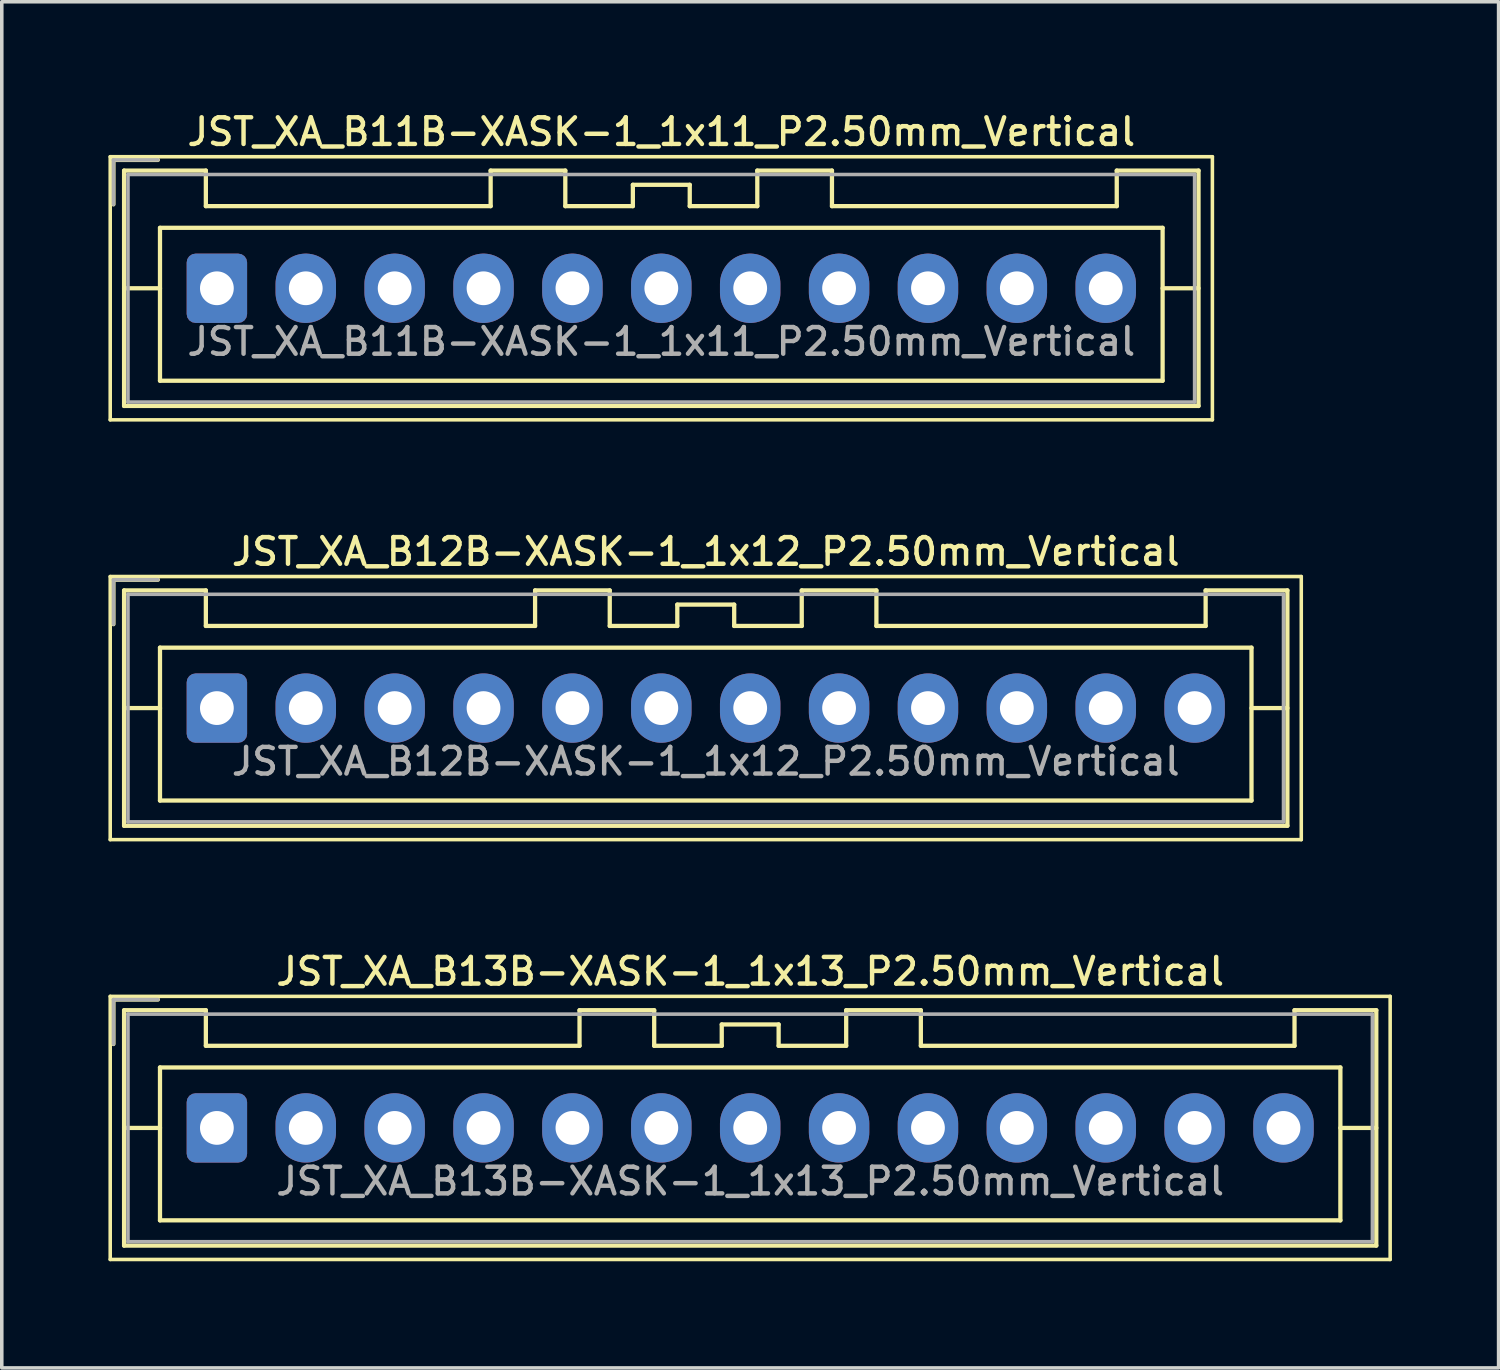
<source format=kicad_pcb>
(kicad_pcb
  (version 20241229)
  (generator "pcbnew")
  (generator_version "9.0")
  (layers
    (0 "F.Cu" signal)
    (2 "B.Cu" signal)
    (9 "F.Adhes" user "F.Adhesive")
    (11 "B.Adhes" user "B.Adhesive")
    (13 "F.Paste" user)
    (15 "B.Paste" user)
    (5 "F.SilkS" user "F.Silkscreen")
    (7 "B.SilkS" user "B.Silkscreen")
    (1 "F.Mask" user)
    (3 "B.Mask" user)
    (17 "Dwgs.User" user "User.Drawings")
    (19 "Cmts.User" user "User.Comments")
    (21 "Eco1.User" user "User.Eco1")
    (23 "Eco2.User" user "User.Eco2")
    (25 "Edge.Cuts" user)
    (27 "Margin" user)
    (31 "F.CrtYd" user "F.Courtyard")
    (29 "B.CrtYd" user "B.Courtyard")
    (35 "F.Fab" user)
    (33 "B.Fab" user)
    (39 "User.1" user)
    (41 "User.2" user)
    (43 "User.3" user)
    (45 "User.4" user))
  (footprint "JST_XA_B12B-XASK-1_1x12_P2.50mm_Vertical"
    (layer "F.Cu")
    (at 3.05 16.866)
    (property "Reference" "JST_XA_B12B-XASK-1_1x12_P2.50mm_Vertical" (at 13.75 -4.4 0) (layer "F.SilkS") (effects (font (size 0.75 0.75) (thickness 0.125))))
    (attr through_hole)
    (fp_line (start -3 -3.7) (end -3 3.7) (stroke (width 0.1) (type solid)) (layer "F.SilkS"))
    (fp_line (start -3 3.7) (end 30.5 3.7) (stroke (width 0.1) (type solid)) (layer "F.SilkS"))
    (fp_line (start -2.91 -3.61) (end -2.91 -2.36) (stroke (width 0.12) (type solid)) (layer "F.SilkS"))
    (fp_line (start -2.61 -3.31) (end -2.61 3.31) (stroke (width 0.12) (type solid)) (layer "F.SilkS"))
    (fp_line (start -2.61 0) (end -1.6 0) (stroke (width 0.12) (type solid)) (layer "F.SilkS"))
    (fp_line (start -2.61 3.31) (end 30.11 3.31) (stroke (width 0.12) (type solid)) (layer "F.SilkS"))
    (fp_line (start -1.66 -3.61) (end -2.91 -3.61) (stroke (width 0.12) (type solid)) (layer "F.SilkS"))
    (fp_line (start -1.6 -1.7) (end -1.6 2.6) (stroke (width 0.12) (type solid)) (layer "F.SilkS"))
    (fp_line (start -1.6 2.6) (end 29.1 2.6) (stroke (width 0.12) (type solid)) (layer "F.SilkS"))
    (fp_line (start -0.31 -3.31) (end -2.61 -3.31) (stroke (width 0.12) (type solid)) (layer "F.SilkS"))
    (fp_line (start -0.31 -2.31) (end -0.31 -3.31) (stroke (width 0.12) (type solid)) (layer "F.SilkS"))
    (fp_line (start 8.95 -3.31) (end 8.95 -2.31) (stroke (width 0.12) (type solid)) (layer "F.SilkS"))
    (fp_line (start 8.95 -2.31) (end -0.31 -2.31) (stroke (width 0.12) (type solid)) (layer "F.SilkS"))
    (fp_line (start 11.05 -3.31) (end 8.95 -3.31) (stroke (width 0.12) (type solid)) (layer "F.SilkS"))
    (fp_line (start 11.05 -2.31) (end 11.05 -3.31) (stroke (width 0.12) (type solid)) (layer "F.SilkS"))
    (fp_line (start 12.95 -2.91) (end 12.95 -2.31) (stroke (width 0.12) (type solid)) (layer "F.SilkS"))
    (fp_line (start 12.95 -2.31) (end 11.05 -2.31) (stroke (width 0.12) (type solid)) (layer "F.SilkS"))
    (fp_line (start 14.55 -2.91) (end 12.95 -2.91) (stroke (width 0.12) (type solid)) (layer "F.SilkS"))
    (fp_line (start 14.55 -2.31) (end 14.55 -2.91) (stroke (width 0.12) (type solid)) (layer "F.SilkS"))
    (fp_line (start 16.45 -3.31) (end 16.45 -2.31) (stroke (width 0.12) (type solid)) (layer "F.SilkS"))
    (fp_line (start 16.45 -2.31) (end 14.55 -2.31) (stroke (width 0.12) (type solid)) (layer "F.SilkS"))
    (fp_line (start 18.55 -3.31) (end 16.45 -3.31) (stroke (width 0.12) (type solid)) (layer "F.SilkS"))
    (fp_line (start 18.55 -2.31) (end 18.55 -3.31) (stroke (width 0.12) (type solid)) (layer "F.SilkS"))
    (fp_line (start 27.81 -3.31) (end 27.81 -2.31) (stroke (width 0.12) (type solid)) (layer "F.SilkS"))
    (fp_line (start 27.81 -2.31) (end 18.55 -2.31) (stroke (width 0.12) (type solid)) (layer "F.SilkS"))
    (fp_line (start 29.1 -1.7) (end -1.6 -1.7) (stroke (width 0.12) (type solid)) (layer "F.SilkS"))
    (fp_line (start 29.1 2.6) (end 29.1 -1.7) (stroke (width 0.12) (type solid)) (layer "F.SilkS"))
    (fp_line (start 30.11 -3.31) (end 27.81 -3.31) (stroke (width 0.12) (type solid)) (layer "F.SilkS"))
    (fp_line (start 30.11 0) (end 29.1 0) (stroke (width 0.12) (type solid)) (layer "F.SilkS"))
    (fp_line (start 30.11 3.31) (end 30.11 -3.31) (stroke (width 0.12) (type solid)) (layer "F.SilkS"))
    (fp_line (start 30.5 -3.7) (end -3 -3.7) (stroke (width 0.1) (type solid)) (layer "F.SilkS"))
    (fp_line (start 30.5 3.7) (end 30.5 -3.7) (stroke (width 0.1) (type solid)) (layer "F.SilkS"))
    (fp_line (start -2.91 -3.61) (end -2.91 -2.36) (stroke (width 0.1) (type solid)) (layer "F.Fab"))
    (fp_line (start -2.5 -3.2) (end -2.5 3.2) (stroke (width 0.1) (type solid)) (layer "F.Fab"))
    (fp_line (start -2.5 3.2) (end 30 3.2) (stroke (width 0.1) (type solid)) (layer "F.Fab"))
    (fp_line (start -1.66 -3.61) (end -2.91 -3.61) (stroke (width 0.1) (type solid)) (layer "F.Fab"))
    (fp_line (start 30 -3.2) (end -2.5 -3.2) (stroke (width 0.1) (type solid)) (layer "F.Fab"))
    (fp_line (start 30 3.2) (end 30 -3.2) (stroke (width 0.1) (type solid)) (layer "F.Fab"))
    (fp_text user "${REFERENCE}" (at 13.75 1.5 0) (layer "F.Fab") (effects (font (size 0.75 0.75) (thickness 0.125))))
    (pad "1" thru_hole roundrect (at 0 0) (size 1.7 1.95) (drill 0.95) (layers "*.Cu" "*.Mask") (roundrect_rratio 0.147))
    (pad "2" thru_hole oval (at 2.5 0) (size 1.7 1.95) (drill 0.95) (layers "*.Cu" "*.Mask"))
    (pad "3" thru_hole oval (at 5 0) (size 1.7 1.95) (drill 0.95) (layers "*.Cu" "*.Mask"))
    (pad "4" thru_hole oval (at 7.5 0) (size 1.7 1.95) (drill 0.95) (layers "*.Cu" "*.Mask"))
    (pad "5" thru_hole oval (at 10 0) (size 1.7 1.95) (drill 0.95) (layers "*.Cu" "*.Mask"))
    (pad "6" thru_hole oval (at 12.5 0) (size 1.7 1.95) (drill 0.95) (layers "*.Cu" "*.Mask"))
    (pad "7" thru_hole oval (at 15 0) (size 1.7 1.95) (drill 0.95) (layers "*.Cu" "*.Mask"))
    (pad "8" thru_hole oval (at 17.5 0) (size 1.7 1.95) (drill 0.95) (layers "*.Cu" "*.Mask"))
    (pad "9" thru_hole oval (at 20 0) (size 1.7 1.95) (drill 0.95) (layers "*.Cu" "*.Mask"))
    (pad "10" thru_hole oval (at 22.5 0) (size 1.7 1.95) (drill 0.95) (layers "*.Cu" "*.Mask"))
    (pad "11" thru_hole oval (at 25 0) (size 1.7 1.95) (drill 0.95) (layers "*.Cu" "*.Mask"))
    (pad "12" thru_hole oval (at 27.5 0) (size 1.7 1.95) (drill 0.95) (layers "*.Cu" "*.Mask")))
  (footprint "JST_XA_B11B-XASK-1_1x11_P2.50mm_Vertical"
    (layer "F.Cu")
    (at 3.05 5.058)
    (property "Reference" "JST_XA_B11B-XASK-1_1x11_P2.50mm_Vertical" (at 12.5 -4.4 0) (layer "F.SilkS") (effects (font (size 0.75 0.75) (thickness 0.125))))
    (attr through_hole)
    (fp_line (start -3 -3.7) (end -3 3.7) (stroke (width 0.1) (type solid)) (layer "F.SilkS"))
    (fp_line (start -3 3.7) (end 28 3.7) (stroke (width 0.1) (type solid)) (layer "F.SilkS"))
    (fp_line (start -2.91 -3.61) (end -2.91 -2.36) (stroke (width 0.12) (type solid)) (layer "F.SilkS"))
    (fp_line (start -2.61 -3.31) (end -2.61 3.31) (stroke (width 0.12) (type solid)) (layer "F.SilkS"))
    (fp_line (start -2.61 0) (end -1.6 0) (stroke (width 0.12) (type solid)) (layer "F.SilkS"))
    (fp_line (start -2.61 3.31) (end 27.61 3.31) (stroke (width 0.12) (type solid)) (layer "F.SilkS"))
    (fp_line (start -1.66 -3.61) (end -2.91 -3.61) (stroke (width 0.12) (type solid)) (layer "F.SilkS"))
    (fp_line (start -1.6 -1.7) (end -1.6 2.6) (stroke (width 0.12) (type solid)) (layer "F.SilkS"))
    (fp_line (start -1.6 2.6) (end 26.6 2.6) (stroke (width 0.12) (type solid)) (layer "F.SilkS"))
    (fp_line (start -0.31 -3.31) (end -2.61 -3.31) (stroke (width 0.12) (type solid)) (layer "F.SilkS"))
    (fp_line (start -0.31 -2.31) (end -0.31 -3.31) (stroke (width 0.12) (type solid)) (layer "F.SilkS"))
    (fp_line (start 7.7 -3.31) (end 7.7 -2.31) (stroke (width 0.12) (type solid)) (layer "F.SilkS"))
    (fp_line (start 7.7 -2.31) (end -0.31 -2.31) (stroke (width 0.12) (type solid)) (layer "F.SilkS"))
    (fp_line (start 9.8 -3.31) (end 7.7 -3.31) (stroke (width 0.12) (type solid)) (layer "F.SilkS"))
    (fp_line (start 9.8 -2.31) (end 9.8 -3.31) (stroke (width 0.12) (type solid)) (layer "F.SilkS"))
    (fp_line (start 11.7 -2.91) (end 11.7 -2.31) (stroke (width 0.12) (type solid)) (layer "F.SilkS"))
    (fp_line (start 11.7 -2.31) (end 9.8 -2.31) (stroke (width 0.12) (type solid)) (layer "F.SilkS"))
    (fp_line (start 13.3 -2.91) (end 11.7 -2.91) (stroke (width 0.12) (type solid)) (layer "F.SilkS"))
    (fp_line (start 13.3 -2.31) (end 13.3 -2.91) (stroke (width 0.12) (type solid)) (layer "F.SilkS"))
    (fp_line (start 15.2 -3.31) (end 15.2 -2.31) (stroke (width 0.12) (type solid)) (layer "F.SilkS"))
    (fp_line (start 15.2 -2.31) (end 13.3 -2.31) (stroke (width 0.12) (type solid)) (layer "F.SilkS"))
    (fp_line (start 17.3 -3.31) (end 15.2 -3.31) (stroke (width 0.12) (type solid)) (layer "F.SilkS"))
    (fp_line (start 17.3 -2.31) (end 17.3 -3.31) (stroke (width 0.12) (type solid)) (layer "F.SilkS"))
    (fp_line (start 25.31 -3.31) (end 25.31 -2.31) (stroke (width 0.12) (type solid)) (layer "F.SilkS"))
    (fp_line (start 25.31 -2.31) (end 17.3 -2.31) (stroke (width 0.12) (type solid)) (layer "F.SilkS"))
    (fp_line (start 26.6 -1.7) (end -1.6 -1.7) (stroke (width 0.12) (type solid)) (layer "F.SilkS"))
    (fp_line (start 26.6 2.6) (end 26.6 -1.7) (stroke (width 0.12) (type solid)) (layer "F.SilkS"))
    (fp_line (start 27.61 -3.31) (end 25.31 -3.31) (stroke (width 0.12) (type solid)) (layer "F.SilkS"))
    (fp_line (start 27.61 0) (end 26.6 0) (stroke (width 0.12) (type solid)) (layer "F.SilkS"))
    (fp_line (start 27.61 3.31) (end 27.61 -3.31) (stroke (width 0.12) (type solid)) (layer "F.SilkS"))
    (fp_line (start 28 -3.7) (end -3 -3.7) (stroke (width 0.1) (type solid)) (layer "F.SilkS"))
    (fp_line (start 28 3.7) (end 28 -3.7) (stroke (width 0.1) (type solid)) (layer "F.SilkS"))
    (fp_line (start -2.91 -3.61) (end -2.91 -2.36) (stroke (width 0.1) (type solid)) (layer "F.Fab"))
    (fp_line (start -2.5 -3.2) (end -2.5 3.2) (stroke (width 0.1) (type solid)) (layer "F.Fab"))
    (fp_line (start -2.5 3.2) (end 27.5 3.2) (stroke (width 0.1) (type solid)) (layer "F.Fab"))
    (fp_line (start -1.66 -3.61) (end -2.91 -3.61) (stroke (width 0.1) (type solid)) (layer "F.Fab"))
    (fp_line (start 27.5 -3.2) (end -2.5 -3.2) (stroke (width 0.1) (type solid)) (layer "F.Fab"))
    (fp_line (start 27.5 3.2) (end 27.5 -3.2) (stroke (width 0.1) (type solid)) (layer "F.Fab"))
    (fp_text user "${REFERENCE}" (at 12.5 1.5 0) (layer "F.Fab") (effects (font (size 0.75 0.75) (thickness 0.125))))
    (pad "1" thru_hole roundrect (at 0 0) (size 1.7 1.95) (drill 0.95) (layers "*.Cu" "*.Mask") (roundrect_rratio 0.147))
    (pad "2" thru_hole oval (at 2.5 0) (size 1.7 1.95) (drill 0.95) (layers "*.Cu" "*.Mask"))
    (pad "3" thru_hole oval (at 5 0) (size 1.7 1.95) (drill 0.95) (layers "*.Cu" "*.Mask"))
    (pad "4" thru_hole oval (at 7.5 0) (size 1.7 1.95) (drill 0.95) (layers "*.Cu" "*.Mask"))
    (pad "5" thru_hole oval (at 10 0) (size 1.7 1.95) (drill 0.95) (layers "*.Cu" "*.Mask"))
    (pad "6" thru_hole oval (at 12.5 0) (size 1.7 1.95) (drill 0.95) (layers "*.Cu" "*.Mask"))
    (pad "7" thru_hole oval (at 15 0) (size 1.7 1.95) (drill 0.95) (layers "*.Cu" "*.Mask"))
    (pad "8" thru_hole oval (at 17.5 0) (size 1.7 1.95) (drill 0.95) (layers "*.Cu" "*.Mask"))
    (pad "9" thru_hole oval (at 20 0) (size 1.7 1.95) (drill 0.95) (layers "*.Cu" "*.Mask"))
    (pad "10" thru_hole oval (at 22.5 0) (size 1.7 1.95) (drill 0.95) (layers "*.Cu" "*.Mask"))
    (pad "11" thru_hole oval (at 25 0) (size 1.7 1.95) (drill 0.95) (layers "*.Cu" "*.Mask")))
  (footprint "JST_XA_B13B-XASK-1_1x13_P2.50mm_Vertical"
    (layer "F.Cu")
    (at 3.05 28.674)
    (property "Reference" "JST_XA_B13B-XASK-1_1x13_P2.50mm_Vertical" (at 15 -4.4 0) (layer "F.SilkS") (effects (font (size 0.75 0.75) (thickness 0.125))))
    (attr through_hole)
    (fp_line (start -3 -3.7) (end -3 3.7) (stroke (width 0.1) (type solid)) (layer "F.SilkS"))
    (fp_line (start -3 3.7) (end 33 3.7) (stroke (width 0.1) (type solid)) (layer "F.SilkS"))
    (fp_line (start -2.91 -3.61) (end -2.91 -2.36) (stroke (width 0.12) (type solid)) (layer "F.SilkS"))
    (fp_line (start -2.61 -3.31) (end -2.61 3.31) (stroke (width 0.12) (type solid)) (layer "F.SilkS"))
    (fp_line (start -2.61 0) (end -1.6 0) (stroke (width 0.12) (type solid)) (layer "F.SilkS"))
    (fp_line (start -2.61 3.31) (end 32.61 3.31) (stroke (width 0.12) (type solid)) (layer "F.SilkS"))
    (fp_line (start -1.66 -3.61) (end -2.91 -3.61) (stroke (width 0.12) (type solid)) (layer "F.SilkS"))
    (fp_line (start -1.6 -1.7) (end -1.6 2.6) (stroke (width 0.12) (type solid)) (layer "F.SilkS"))
    (fp_line (start -1.6 2.6) (end 31.6 2.6) (stroke (width 0.12) (type solid)) (layer "F.SilkS"))
    (fp_line (start -0.31 -3.31) (end -2.61 -3.31) (stroke (width 0.12) (type solid)) (layer "F.SilkS"))
    (fp_line (start -0.31 -2.31) (end -0.31 -3.31) (stroke (width 0.12) (type solid)) (layer "F.SilkS"))
    (fp_line (start 10.2 -3.31) (end 10.2 -2.31) (stroke (width 0.12) (type solid)) (layer "F.SilkS"))
    (fp_line (start 10.2 -2.31) (end -0.31 -2.31) (stroke (width 0.12) (type solid)) (layer "F.SilkS"))
    (fp_line (start 12.3 -3.31) (end 10.2 -3.31) (stroke (width 0.12) (type solid)) (layer "F.SilkS"))
    (fp_line (start 12.3 -2.31) (end 12.3 -3.31) (stroke (width 0.12) (type solid)) (layer "F.SilkS"))
    (fp_line (start 14.2 -2.91) (end 14.2 -2.31) (stroke (width 0.12) (type solid)) (layer "F.SilkS"))
    (fp_line (start 14.2 -2.31) (end 12.3 -2.31) (stroke (width 0.12) (type solid)) (layer "F.SilkS"))
    (fp_line (start 15.8 -2.91) (end 14.2 -2.91) (stroke (width 0.12) (type solid)) (layer "F.SilkS"))
    (fp_line (start 15.8 -2.31) (end 15.8 -2.91) (stroke (width 0.12) (type solid)) (layer "F.SilkS"))
    (fp_line (start 17.7 -3.31) (end 17.7 -2.31) (stroke (width 0.12) (type solid)) (layer "F.SilkS"))
    (fp_line (start 17.7 -2.31) (end 15.8 -2.31) (stroke (width 0.12) (type solid)) (layer "F.SilkS"))
    (fp_line (start 19.8 -3.31) (end 17.7 -3.31) (stroke (width 0.12) (type solid)) (layer "F.SilkS"))
    (fp_line (start 19.8 -2.31) (end 19.8 -3.31) (stroke (width 0.12) (type solid)) (layer "F.SilkS"))
    (fp_line (start 30.31 -3.31) (end 30.31 -2.31) (stroke (width 0.12) (type solid)) (layer "F.SilkS"))
    (fp_line (start 30.31 -2.31) (end 19.8 -2.31) (stroke (width 0.12) (type solid)) (layer "F.SilkS"))
    (fp_line (start 31.6 -1.7) (end -1.6 -1.7) (stroke (width 0.12) (type solid)) (layer "F.SilkS"))
    (fp_line (start 31.6 2.6) (end 31.6 -1.7) (stroke (width 0.12) (type solid)) (layer "F.SilkS"))
    (fp_line (start 32.61 -3.31) (end 30.31 -3.31) (stroke (width 0.12) (type solid)) (layer "F.SilkS"))
    (fp_line (start 32.61 0) (end 31.6 0) (stroke (width 0.12) (type solid)) (layer "F.SilkS"))
    (fp_line (start 32.61 3.31) (end 32.61 -3.31) (stroke (width 0.12) (type solid)) (layer "F.SilkS"))
    (fp_line (start 33 -3.7) (end -3 -3.7) (stroke (width 0.1) (type solid)) (layer "F.SilkS"))
    (fp_line (start 33 3.7) (end 33 -3.7) (stroke (width 0.1) (type solid)) (layer "F.SilkS"))
    (fp_line (start -2.91 -3.61) (end -2.91 -2.36) (stroke (width 0.1) (type solid)) (layer "F.Fab"))
    (fp_line (start -2.5 -3.2) (end -2.5 3.2) (stroke (width 0.1) (type solid)) (layer "F.Fab"))
    (fp_line (start -2.5 3.2) (end 32.5 3.2) (stroke (width 0.1) (type solid)) (layer "F.Fab"))
    (fp_line (start -1.66 -3.61) (end -2.91 -3.61) (stroke (width 0.1) (type solid)) (layer "F.Fab"))
    (fp_line (start 32.5 -3.2) (end -2.5 -3.2) (stroke (width 0.1) (type solid)) (layer "F.Fab"))
    (fp_line (start 32.5 3.2) (end 32.5 -3.2) (stroke (width 0.1) (type solid)) (layer "F.Fab"))
    (fp_text user "${REFERENCE}" (at 15 1.5 0) (layer "F.Fab") (effects (font (size 0.75 0.75) (thickness 0.125))))
    (pad "1" thru_hole roundrect (at 0 0) (size 1.7 1.95) (drill 0.95) (layers "*.Cu" "*.Mask") (roundrect_rratio 0.147))
    (pad "2" thru_hole oval (at 2.5 0) (size 1.7 1.95) (drill 0.95) (layers "*.Cu" "*.Mask"))
    (pad "3" thru_hole oval (at 5 0) (size 1.7 1.95) (drill 0.95) (layers "*.Cu" "*.Mask"))
    (pad "4" thru_hole oval (at 7.5 0) (size 1.7 1.95) (drill 0.95) (layers "*.Cu" "*.Mask"))
    (pad "5" thru_hole oval (at 10 0) (size 1.7 1.95) (drill 0.95) (layers "*.Cu" "*.Mask"))
    (pad "6" thru_hole oval (at 12.5 0) (size 1.7 1.95) (drill 0.95) (layers "*.Cu" "*.Mask"))
    (pad "7" thru_hole oval (at 15 0) (size 1.7 1.95) (drill 0.95) (layers "*.Cu" "*.Mask"))
    (pad "8" thru_hole oval (at 17.5 0) (size 1.7 1.95) (drill 0.95) (layers "*.Cu" "*.Mask"))
    (pad "9" thru_hole oval (at 20 0) (size 1.7 1.95) (drill 0.95) (layers "*.Cu" "*.Mask"))
    (pad "10" thru_hole oval (at 22.5 0) (size 1.7 1.95) (drill 0.95) (layers "*.Cu" "*.Mask"))
    (pad "11" thru_hole oval (at 25 0) (size 1.7 1.95) (drill 0.95) (layers "*.Cu" "*.Mask"))
    (pad "12" thru_hole oval (at 27.5 0) (size 1.7 1.95) (drill 0.95) (layers "*.Cu" "*.Mask"))
    (pad "13" thru_hole oval (at 30 0) (size 1.7 1.95) (drill 0.95) (layers "*.Cu" "*.Mask")))
  (gr_rect
    (start -3 -3)
    (end 39.1 35.424)
    (stroke (width 0.1) (type default))
    (fill no)
    (layer "Edge.Cuts")))
</source>
